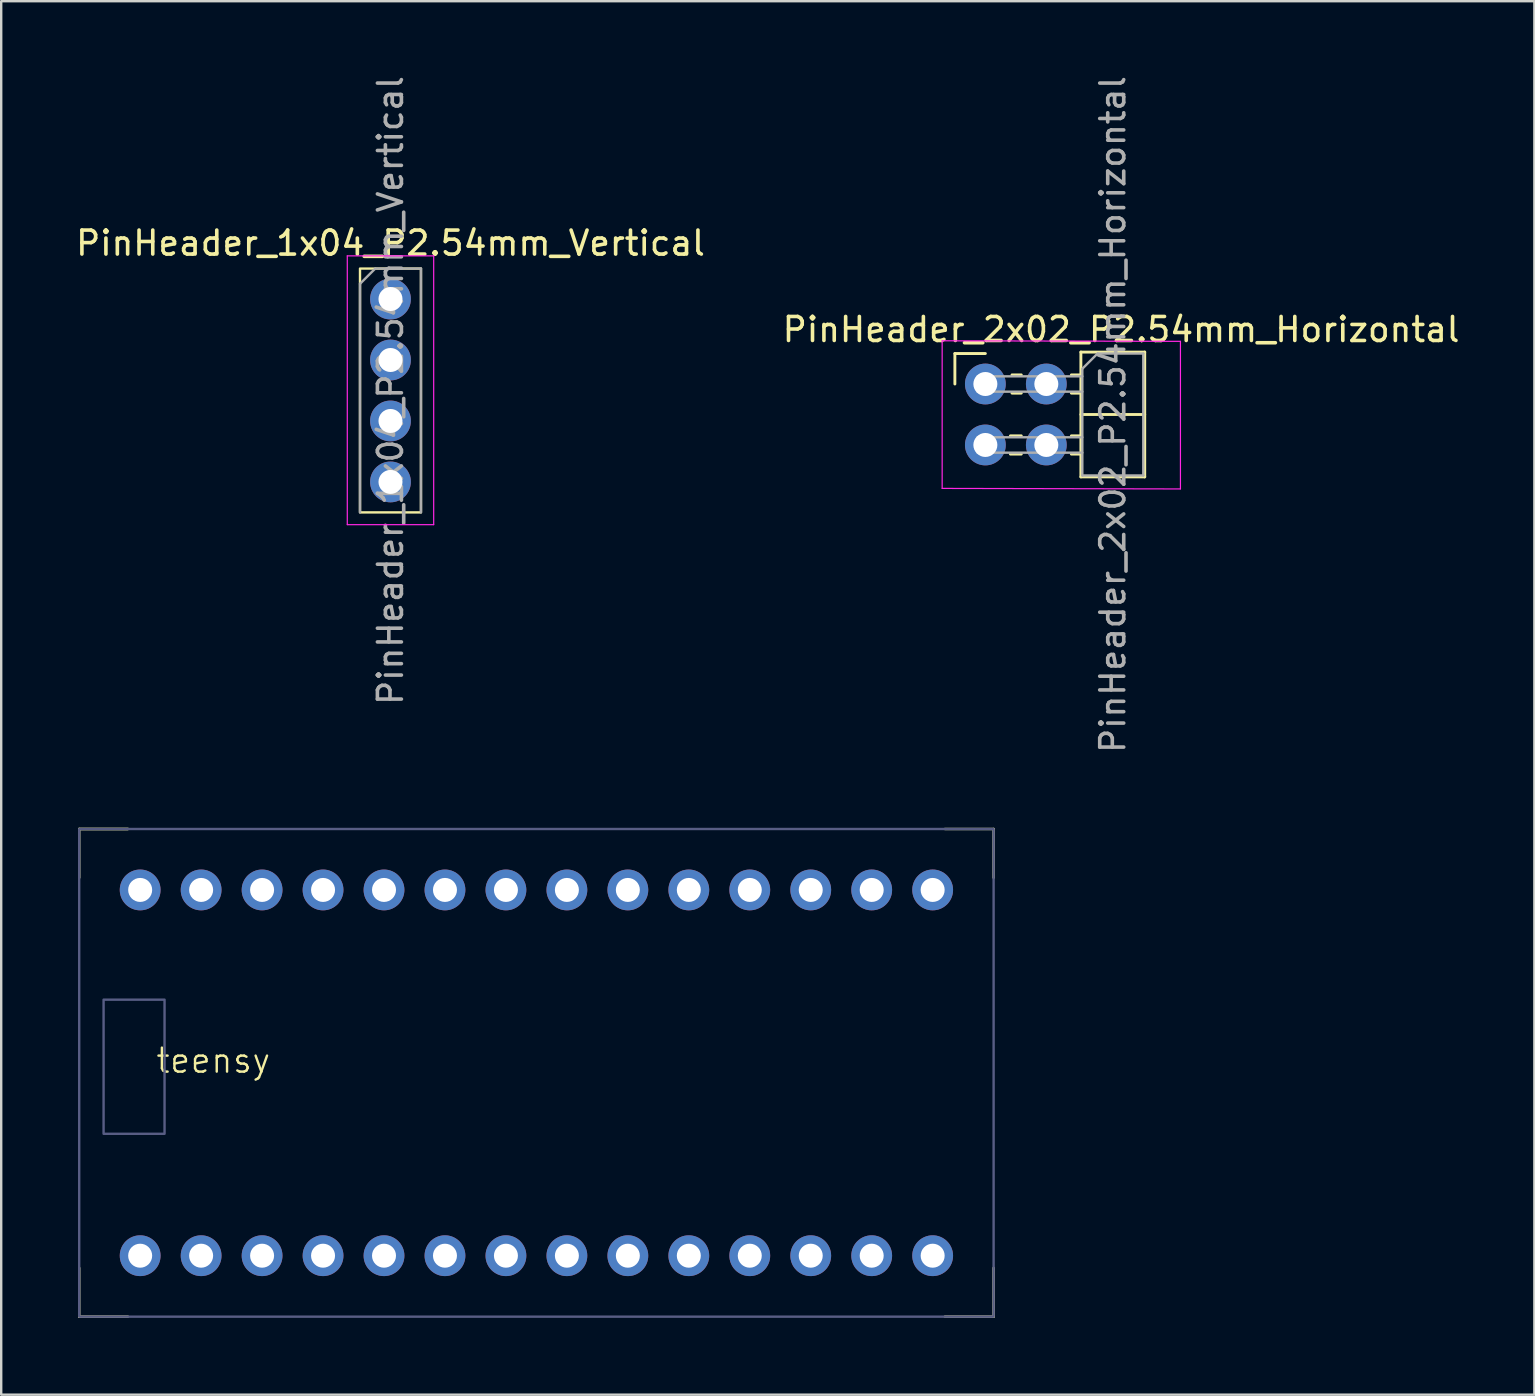
<source format=kicad_pcb>
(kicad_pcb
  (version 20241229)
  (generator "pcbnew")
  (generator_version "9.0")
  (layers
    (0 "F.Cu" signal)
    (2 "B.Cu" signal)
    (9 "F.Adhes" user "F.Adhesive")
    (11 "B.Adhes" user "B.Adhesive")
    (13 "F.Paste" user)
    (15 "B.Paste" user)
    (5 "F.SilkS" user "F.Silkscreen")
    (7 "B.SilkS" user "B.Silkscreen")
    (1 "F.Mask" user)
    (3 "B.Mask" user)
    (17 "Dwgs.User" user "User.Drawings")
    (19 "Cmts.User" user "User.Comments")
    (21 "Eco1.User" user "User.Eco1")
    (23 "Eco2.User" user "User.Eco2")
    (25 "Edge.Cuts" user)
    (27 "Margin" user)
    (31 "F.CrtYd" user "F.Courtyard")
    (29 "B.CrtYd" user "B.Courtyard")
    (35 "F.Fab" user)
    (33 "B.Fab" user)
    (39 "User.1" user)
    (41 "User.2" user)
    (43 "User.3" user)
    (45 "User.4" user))
  (footprint "teensy"
    (layer "F.Cu")
    (at 0.25 51.81)
    (property "Reference" "teensy" (at 5.588 -10.668 0) (unlocked yes) (layer "F.SilkS") (effects (font (size 1 1) (thickness 0.1))))
    (attr through_hole)
    (fp_line (start 0 -20.32) (end 0 -18.288) (stroke (width 0.1) (type default)) (layer "F.SilkS"))
    (fp_line (start 0 -20.32) (end 2.032 -20.32) (stroke (width 0.1) (type default)) (layer "F.SilkS"))
    (fp_line (start 0 0) (end 0 -2.032) (stroke (width 0.1) (type default)) (layer "F.SilkS"))
    (fp_line (start 0 0) (end 2.032 0) (stroke (width 0.1) (type default)) (layer "F.SilkS"))
    (fp_line (start 2.032 -20.32) (end 0 -20.32) (stroke (width 0.1) (type default)) (layer "F.SilkS"))
    (fp_line (start 38.1 -20.32) (end 36.068 -20.32) (stroke (width 0.1) (type default)) (layer "F.SilkS"))
    (fp_line (start 38.1 -20.32) (end 38.1 -18.288) (stroke (width 0.1) (type default)) (layer "F.SilkS"))
    (fp_line (start 38.1 0) (end 36.068 0) (stroke (width 0.1) (type default)) (layer "F.SilkS"))
    (fp_line (start 38.1 0) (end 38.1 -2.032) (stroke (width 0.1) (type default)) (layer "F.SilkS"))
    (fp_rect (start 0 0) (end 38.1 -20.32) (stroke (width 0.1) (type default)) (fill no) (layer "B.Fab"))
    (fp_rect (start 1.016 -13.208) (end 3.556 -7.62) (stroke (width 0.1) (type default)) (fill no) (layer "B.Fab"))
    (pad "0" thru_hole circle (at 5.08 -2.54) (size 1.7 1.7) (drill 1) (layers "*.Cu" "*.Mask"))
    (pad "1" thru_hole circle (at 7.62 -2.54) (size 1.7 1.7) (drill 1) (layers "*.Cu" "*.Mask"))
    (pad "2" thru_hole circle (at 10.16 -2.54) (size 1.7 1.7) (drill 1) (layers "*.Cu" "*.Mask"))
    (pad "3" thru_hole circle (at 12.7 -2.54) (size 1.7 1.7) (drill 1) (layers "*.Cu" "*.Mask"))
    (pad "3.3V" thru_hole circle (at 7.62 -17.78) (size 1.7 1.7) (drill 1) (layers "*.Cu" "*.Mask"))
    (pad "4" thru_hole circle (at 15.24 -2.54) (size 1.7 1.7) (drill 1) (layers "*.Cu" "*.Mask"))
    (pad "5" thru_hole circle (at 17.78 -2.54) (size 1.7 1.7) (drill 1) (layers "*.Cu" "*.Mask"))
    (pad "6" thru_hole circle (at 20.32 -2.54) (size 1.7 1.7) (drill 1) (layers "*.Cu" "*.Mask"))
    (pad "7" thru_hole circle (at 22.86 -2.54) (size 1.7 1.7) (drill 1) (layers "*.Cu" "*.Mask"))
    (pad "8" thru_hole circle (at 25.4 -2.54) (size 1.7 1.7) (drill 1) (layers "*.Cu" "*.Mask"))
    (pad "9" thru_hole circle (at 27.94 -2.54) (size 1.7 1.7) (drill 1) (layers "*.Cu" "*.Mask"))
    (pad "10" thru_hole circle (at 30.48 -2.54) (size 1.7 1.7) (drill 1) (layers "*.Cu" "*.Mask"))
    (pad "11" thru_hole circle (at 33.02 -2.54) (size 1.7 1.7) (drill 1) (layers "*.Cu" "*.Mask"))
    (pad "12" thru_hole circle (at 35.56 -2.54) (size 1.7 1.7) (drill 1) (layers "*.Cu" "*.Mask"))
    (pad "13" thru_hole circle (at 35.56 -17.78) (size 1.7 1.7) (drill 1) (layers "*.Cu" "*.Mask"))
    (pad "14" thru_hole circle (at 33.02 -17.78) (size 1.7 1.7) (drill 1) (layers "*.Cu" "*.Mask"))
    (pad "15" thru_hole circle (at 30.48 -17.78) (size 1.7 1.7) (drill 1) (layers "*.Cu" "*.Mask"))
    (pad "16" thru_hole circle (at 27.94 -17.78) (size 1.7 1.7) (drill 1) (layers "*.Cu" "*.Mask"))
    (pad "17" thru_hole circle (at 25.4 -17.78) (size 1.7 1.7) (drill 1) (layers "*.Cu" "*.Mask"))
    (pad "18" thru_hole circle (at 22.86 -17.78) (size 1.7 1.7) (drill 1) (layers "*.Cu" "*.Mask"))
    (pad "19" thru_hole circle (at 20.32 -17.78) (size 1.7 1.7) (drill 1) (layers "*.Cu" "*.Mask"))
    (pad "20" thru_hole circle (at 17.78 -17.78) (size 1.7 1.7) (drill 1) (layers "*.Cu" "*.Mask"))
    (pad "21" thru_hole circle (at 15.24 -17.78) (size 1.7 1.7) (drill 1) (layers "*.Cu" "*.Mask"))
    (pad "22" thru_hole circle (at 12.7 -17.78) (size 1.7 1.7) (drill 1) (layers "*.Cu" "*.Mask"))
    (pad "23" thru_hole circle (at 10.16 -17.78) (size 1.7 1.7) (drill 1) (layers "*.Cu" "*.Mask"))
    (pad "AGND" thru_hole circle (at 5.08 -17.78) (size 1.7 1.7) (drill 1) (layers "*.Cu" "*.Mask"))
    (pad "GND" thru_hole circle (at 2.54 -2.54) (size 1.7 1.7) (drill 1) (layers "*.Cu" "*.Mask"))
    (pad "Vin" thru_hole circle (at 2.54 -17.78) (size 1.7 1.7) (drill 1) (layers "*.Cu" "*.Mask")))
  (footprint "PinHeader_2x02_P2.54mm_Horizontal"
    (layer "F.Cu")
    (at 38.006 12.95)
    (property "Reference" "PinHeader_2x02_P2.54mm_Horizontal" (at 5.655 -2.27 0) (layer "F.SilkS") (effects (font (size 1 1) (thickness 0.15))))
    (attr through_hole)
    (fp_line (start -1.27 -1.27) (end 0 -1.27) (stroke (width 0.12) (type solid)) (layer "F.SilkS"))
    (fp_line (start -1.27 0) (end -1.27 -1.27) (stroke (width 0.12) (type solid)) (layer "F.SilkS"))
    (fp_line (start 1.043 2.16) (end 1.497 2.16) (stroke (width 0.12) (type solid)) (layer "F.SilkS"))
    (fp_line (start 1.043 2.92) (end 1.497 2.92) (stroke (width 0.12) (type solid)) (layer "F.SilkS"))
    (fp_line (start 1.11 -0.38) (end 1.497 -0.38) (stroke (width 0.12) (type solid)) (layer "F.SilkS"))
    (fp_line (start 1.11 0.38) (end 1.497 0.38) (stroke (width 0.12) (type solid)) (layer "F.SilkS"))
    (fp_line (start 3.583 -0.38) (end 3.98 -0.38) (stroke (width 0.12) (type solid)) (layer "F.SilkS"))
    (fp_line (start 3.583 0.38) (end 3.98 0.38) (stroke (width 0.12) (type solid)) (layer "F.SilkS"))
    (fp_line (start 3.583 2.16) (end 3.98 2.16) (stroke (width 0.12) (type solid)) (layer "F.SilkS"))
    (fp_line (start 3.583 2.92) (end 3.98 2.92) (stroke (width 0.12) (type solid)) (layer "F.SilkS"))
    (fp_line (start 3.98 -1.33) (end 3.98 3.87) (stroke (width 0.12) (type solid)) (layer "F.SilkS"))
    (fp_line (start 3.98 1.27) (end 6.64 1.27) (stroke (width 0.12) (type solid)) (layer "F.SilkS"))
    (fp_line (start 3.98 3.87) (end 6.64 3.87) (stroke (width 0.12) (type solid)) (layer "F.SilkS"))
    (fp_line (start 6.64 -1.33) (end 3.98 -1.33) (stroke (width 0.12) (type solid)) (layer "F.SilkS"))
    (fp_line (start 6.64 3.87) (end 6.64 -1.33) (stroke (width 0.12) (type solid)) (layer "F.SilkS"))
    (fp_line (start -1.8 -1.8) (end -1.8 4.35) (stroke (width 0.05) (type solid)) (layer "F.CrtYd"))
    (fp_line (start -1.8 4.35) (end 8.128 4.372) (stroke (width 0.05) (type solid)) (layer "F.CrtYd"))
    (fp_line (start 8.128 -1.778) (end -1.8 -1.8) (stroke (width 0.05) (type solid)) (layer "F.CrtYd"))
    (fp_line (start 8.128 4.372) (end 8.128 -1.778) (stroke (width 0.05) (type solid)) (layer "F.CrtYd"))
    (fp_line (start -0.32 -0.32) (end -0.32 0.32) (stroke (width 0.1) (type solid)) (layer "F.Fab"))
    (fp_line (start -0.32 -0.32) (end 4.04 -0.32) (stroke (width 0.1) (type solid)) (layer "F.Fab"))
    (fp_line (start -0.32 0.32) (end 4.04 0.32) (stroke (width 0.1) (type solid)) (layer "F.Fab"))
    (fp_line (start -0.32 2.22) (end -0.32 2.86) (stroke (width 0.1) (type solid)) (layer "F.Fab"))
    (fp_line (start -0.32 2.22) (end 4.04 2.22) (stroke (width 0.1) (type solid)) (layer "F.Fab"))
    (fp_line (start -0.32 2.86) (end 4.04 2.86) (stroke (width 0.1) (type solid)) (layer "F.Fab"))
    (fp_line (start 4.04 -0.635) (end 4.675 -1.27) (stroke (width 0.1) (type solid)) (layer "F.Fab"))
    (fp_line (start 4.04 3.81) (end 4.04 -0.635) (stroke (width 0.1) (type solid)) (layer "F.Fab"))
    (fp_line (start 4.675 -1.27) (end 6.58 -1.27) (stroke (width 0.1) (type solid)) (layer "F.Fab"))
    (fp_line (start 6.58 -1.27) (end 6.58 3.81) (stroke (width 0.1) (type solid)) (layer "F.Fab"))
    (fp_line (start 6.58 3.81) (end 4.04 3.81) (stroke (width 0.1) (type solid)) (layer "F.Fab"))
    (fp_text user "${REFERENCE}" (at 5.31 1.27 90) (layer "F.Fab") (effects (font (size 1 1) (thickness 0.15))))
    (pad "1" thru_hole circle (at 0 0) (size 1.7 1.7) (drill 1) (layers "*.Cu" "*.Mask"))
    (pad "2" thru_hole oval (at 2.54 0) (size 1.7 1.7) (drill 1) (layers "*.Cu" "*.Mask"))
    (pad "3" thru_hole circle (at 0 2.54) (size 1.7 1.7) (drill 1) (layers "*.Cu" "*.Mask"))
    (pad "4" thru_hole circle (at 2.54 2.54) (size 1.7 1.7) (drill 1) (layers "*.Cu" "*.Mask")))
  (footprint "PinHeader_1x04_P2.54mm_Vertical"
    (layer "F.Cu")
    (at 13.22 9.41)
    (property "Reference" "PinHeader_1x04_P2.54mm_Vertical" (at 0 -2.33 0) (layer "F.SilkS") (effects (font (size 1 1) (thickness 0.15))))
    (attr through_hole)
    (fp_rect (start 1.27 8.89) (end -1.27 -1.27) (stroke (width 0.1) (type default)) (fill no) (layer "F.SilkS"))
    (fp_line (start -1.8 -1.8) (end -1.8 9.4) (stroke (width 0.05) (type solid)) (layer "F.CrtYd"))
    (fp_line (start -1.8 9.4) (end 1.8 9.4) (stroke (width 0.05) (type solid)) (layer "F.CrtYd"))
    (fp_line (start 1.8 -1.8) (end -1.8 -1.8) (stroke (width 0.05) (type solid)) (layer "F.CrtYd"))
    (fp_line (start 1.8 9.4) (end 1.8 -1.8) (stroke (width 0.05) (type solid)) (layer "F.CrtYd"))
    (fp_line (start -1.27 -0.635) (end -0.635 -1.27) (stroke (width 0.1) (type solid)) (layer "F.Fab"))
    (fp_line (start -1.27 8.89) (end -1.27 -0.635) (stroke (width 0.1) (type solid)) (layer "F.Fab"))
    (fp_line (start -0.635 -1.27) (end 1.27 -1.27) (stroke (width 0.1) (type solid)) (layer "F.Fab"))
    (fp_line (start 1.27 -1.27) (end 1.27 8.89) (stroke (width 0.1) (type solid)) (layer "F.Fab"))
    (fp_text user "${REFERENCE}" (at 0 3.81 90) (layer "F.Fab") (effects (font (size 1 1) (thickness 0.15))))
    (pad "1" thru_hole circle (at 0 0) (size 1.7 1.7) (drill 1) (layers "*.Cu" "*.Mask"))
    (pad "2" thru_hole oval (at 0 2.54) (size 1.7 1.7) (drill 1) (layers "*.Cu" "*.Mask"))
    (pad "3" thru_hole oval (at 0 5.08) (size 1.7 1.7) (drill 1) (layers "*.Cu" "*.Mask"))
    (pad "4" thru_hole oval (at 0 7.62) (size 1.7 1.7) (drill 1) (layers "*.Cu" "*.Mask")))
  (gr_rect
    (start -3 -3)
    (end 60.881 55.06)
    (stroke (width 0.1) (type default))
    (fill no)
    (layer "Edge.Cuts")))
</source>
